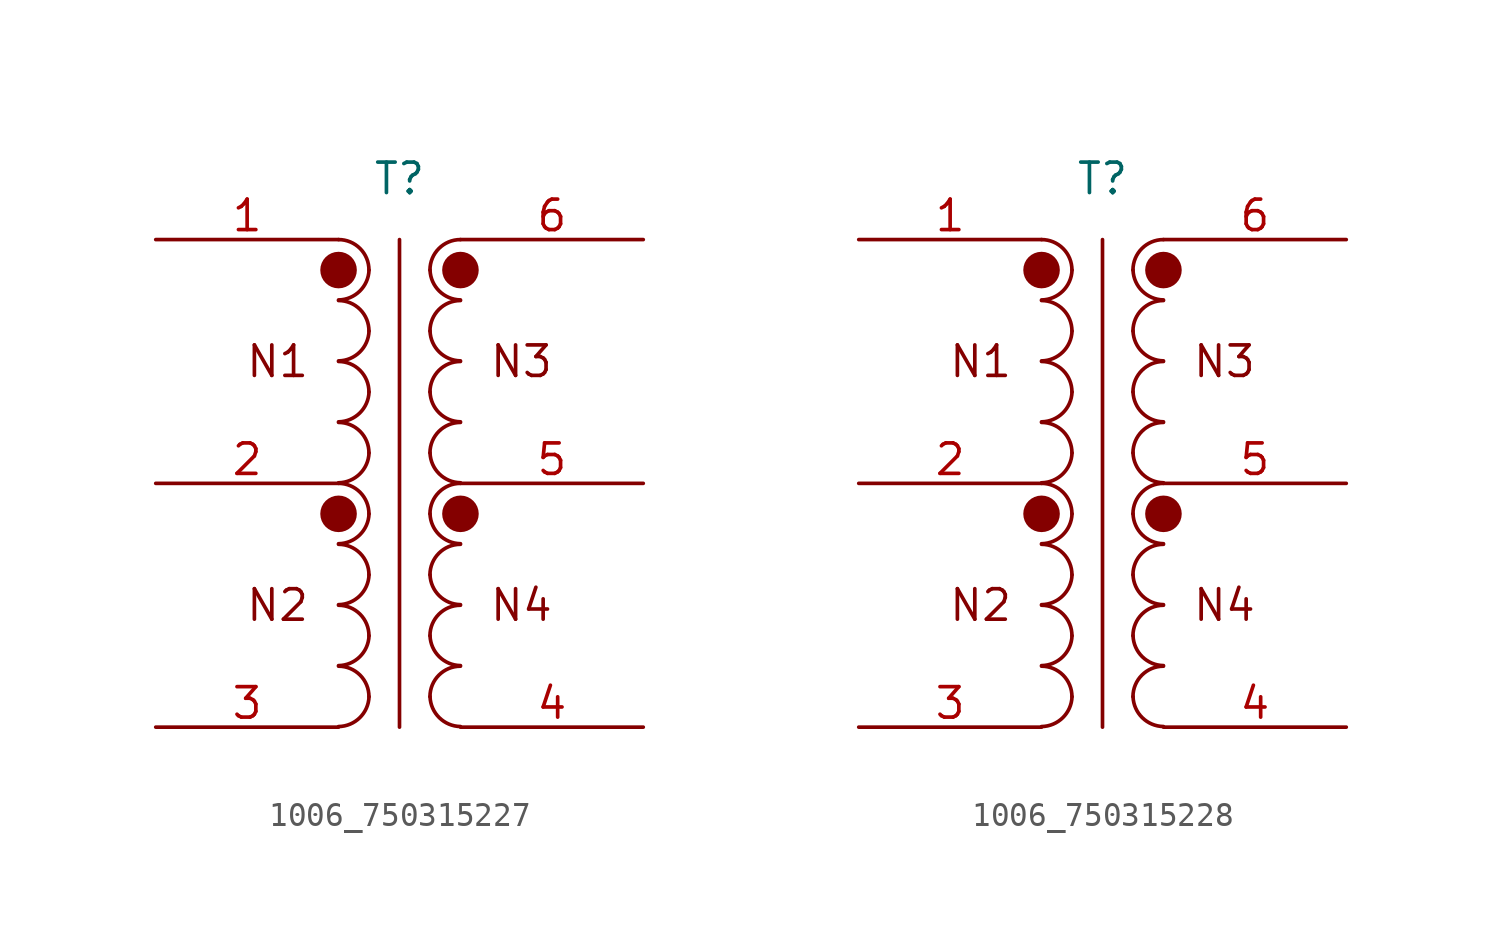
<source format=kicad_sym>
(kicad_symbol_lib
  (version 20220914)
  (generator kicad_symbol_editor)
  (symbol "1006_750315227"
    (pin_names hide)
    (property "Reference" "T"
      (at 0 12.7 0)
      (effects (font (size 1.27 1.27))))
    (property "Critical Parameter" ""
      (at 0 -5.08 0)
      (effects (font (size 1.27 1.27)) (justify left)))
    (symbol "1006_750315227_0_1"
      (arc (start -2.54 -10.1346) (mid -1.6561 -9.7663) (end -1.27 -8.89) (stroke (width 0) (type default)) (fill (type none)))
      (arc (start -2.54 -7.5946) (mid -1.6561 -7.2263) (end -1.27 -6.35) (stroke (width 0) (type default)) (fill (type none)))
      (arc (start -2.54 -5.0546) (mid -1.6561 -4.6863) (end -1.27 -3.81) (stroke (width 0) (type default)) (fill (type none)))
      (arc (start -2.54 -2.5146) (mid -1.6561 -2.1463) (end -1.27 -1.27) (stroke (width 0) (type default)) (fill (type none)))
      (arc (start -2.54 0.0254) (mid -1.6561 0.3937) (end -1.27 1.27) (stroke (width 0) (type default)) (fill (type none)))
      (arc (start -2.54 2.5654) (mid -1.6561 2.9337) (end -1.27 3.81) (stroke (width 0) (type default)) (fill (type none)))
      (arc (start -2.54 5.1054) (mid -1.6561 5.4737) (end -1.27 6.35) (stroke (width 0) (type default)) (fill (type none)))
      (arc (start -2.54 7.6454) (mid -1.6561 8.0137) (end -1.27 8.89) (stroke (width 0) (type default)) (fill (type none)))
      (arc (start -1.27 -8.89) (mid -1.642 -7.992) (end -2.54 -7.62) (stroke (width 0) (type default)) (fill (type none)))
      (arc (start -1.27 -6.35) (mid -1.642 -5.452) (end -2.54 -5.08) (stroke (width 0) (type default)) (fill (type none)))
      (arc (start -1.27 -3.81) (mid -1.642 -2.912) (end -2.54 -2.54) (stroke (width 0) (type default)) (fill (type none)))
      (arc (start -1.27 -1.27) (mid -1.642 -0.372) (end -2.54 0) (stroke (width 0) (type default)) (fill (type none)))
      (arc (start -1.27 1.27) (mid -1.642 2.168) (end -2.54 2.54) (stroke (width 0) (type default)) (fill (type none)))
      (arc (start -1.27 3.81) (mid -1.642 4.708) (end -2.54 5.08) (stroke (width 0) (type default)) (fill (type none)))
      (arc (start -1.27 6.35) (mid -1.642 7.248) (end -2.54 7.62) (stroke (width 0) (type default)) (fill (type none)))
      (arc (start -1.27 8.89) (mid -1.642 9.788) (end -2.54 10.16) (stroke (width 0) (type default)) (fill (type none)))
      (polyline (pts (xy 0 -10.16) (xy 0 10.16)) (stroke (width 0) (type default)) (fill (type none)))
      (arc (start 1.27 -8.89) (mid 1.6561 -9.7663) (end 2.54 -10.1346) (stroke (width 0) (type default)) (fill (type none)))
      (arc (start 1.27 -6.35) (mid 1.6561 -7.2263) (end 2.54 -7.5946) (stroke (width 0) (type default)) (fill (type none)))
      (arc (start 1.27 -3.81) (mid 1.6561 -4.6863) (end 2.54 -5.0546) (stroke (width 0) (type default)) (fill (type none)))
      (arc (start 1.27 -1.27) (mid 1.6561 -2.1463) (end 2.54 -2.5146) (stroke (width 0) (type default)) (fill (type none)))
      (arc (start 1.27 1.27) (mid 1.6561 0.3937) (end 2.54 0.0254) (stroke (width 0) (type default)) (fill (type none)))
      (arc (start 1.27 3.81) (mid 1.6561 2.9337) (end 2.54 2.5654) (stroke (width 0) (type default)) (fill (type none)))
      (arc (start 1.27 6.35) (mid 1.6561 5.4737) (end 2.54 5.1054) (stroke (width 0) (type default)) (fill (type none)))
      (arc (start 1.27 8.89) (mid 1.6561 8.0137) (end 2.54 7.6454) (stroke (width 0) (type default)) (fill (type none)))
      (arc (start 2.54 -7.62) (mid 1.642 -7.992) (end 1.27 -8.89) (stroke (width 0) (type default)) (fill (type none)))
      (arc (start 2.54 -5.08) (mid 1.642 -5.452) (end 1.27 -6.35) (stroke (width 0) (type default)) (fill (type none)))
      (arc (start 2.54 -2.54) (mid 1.642 -2.912) (end 1.27 -3.81) (stroke (width 0) (type default)) (fill (type none)))
      (arc (start 2.54 0) (mid 1.642 -0.372) (end 1.27 -1.27) (stroke (width 0) (type default)) (fill (type none)))
      (arc (start 2.54 2.54) (mid 1.642 2.168) (end 1.27 1.27) (stroke (width 0) (type default)) (fill (type none)))
      (arc (start 2.54 5.08) (mid 1.642 4.708) (end 1.27 3.81) (stroke (width 0) (type default)) (fill (type none)))
      (arc (start 2.54 7.62) (mid 1.642 7.248) (end 1.27 6.35) (stroke (width 0) (type default)) (fill (type none)))
      (arc (start 2.54 10.16) (mid 1.642 9.788) (end 1.27 8.89) (stroke (width 0) (type default)) (fill (type none))))
    (symbol "1006_750315227_1_1"
      (circle (center -2.54 -1.27) (radius 0.0001) (stroke (width 0.762) (type default)) (fill (type none)))
      (circle (center -2.54 8.89) (radius 0.0001) (stroke (width 0.762) (type default)) (fill (type none)))
      (circle (center 2.54 -1.27) (radius 0.0001) (stroke (width 0.762) (type default)) (fill (type none)))
      (circle (center 2.54 8.89) (radius 0.0001) (stroke (width 0.762) (type default)) (fill (type none)))
      (text "N1" (at -5.08 5.08 0) (effects (font (size 1.27 1.27))))
      (text "N2" (at -5.08 -5.08 0) (effects (font (size 1.27 1.27))))
      (text "N3" (at 5.08 5.08 0) (effects (font (size 1.27 1.27))))
      (text "N4" (at 5.08 -5.08 0) (effects (font (size 1.27 1.27))))
      (pin passive line (at -10.16 10.16 0) (length 7.62) (name "1" (effects (font (size 1.27 1.27)))) (number "1" (effects (font (size 1.27 1.27)))))
      (pin passive line (at -10.16 0 0) (length 7.62) (name "2" (effects (font (size 1.27 1.27)))) (number "2" (effects (font (size 1.27 1.27)))))
      (pin passive line (at -10.16 -10.16 0) (length 7.62) (name "3" (effects (font (size 1.27 1.27)))) (number "3" (effects (font (size 1.27 1.27)))))
      (pin passive line (at 10.16 -10.16 180) (length 7.62) (name "4" (effects (font (size 1.27 1.27)))) (number "4" (effects (font (size 1.27 1.27)))))
      (pin passive line (at 10.16 0 180) (length 7.62) (name "5" (effects (font (size 1.27 1.27)))) (number "5" (effects (font (size 1.27 1.27)))))
      (pin passive line (at 10.16 10.16 180) (length 7.62) (name "6" (effects (font (size 1.27 1.27)))) (number "6" (effects (font (size 1.27 1.27)))))))
  (symbol "1006_750315228"
    (pin_names hide)
    (property "Reference" "T"
      (at 0 12.7 0)
      (effects (font (size 1.27 1.27))))
    (property "Critical Parameter" ""
      (at 0 -5.08 0)
      (effects (font (size 1.27 1.27)) (justify left)))
    (symbol "1006_750315228_0_1"
      (arc (start -2.54 -10.1346) (mid -1.6561 -9.7663) (end -1.27 -8.89) (stroke (width 0) (type default)) (fill (type none)))
      (arc (start -2.54 -7.5946) (mid -1.6561 -7.2263) (end -1.27 -6.35) (stroke (width 0) (type default)) (fill (type none)))
      (arc (start -2.54 -5.0546) (mid -1.6561 -4.6863) (end -1.27 -3.81) (stroke (width 0) (type default)) (fill (type none)))
      (arc (start -2.54 -2.5146) (mid -1.6561 -2.1463) (end -1.27 -1.27) (stroke (width 0) (type default)) (fill (type none)))
      (arc (start -2.54 0.0254) (mid -1.6561 0.3937) (end -1.27 1.27) (stroke (width 0) (type default)) (fill (type none)))
      (arc (start -2.54 2.5654) (mid -1.6561 2.9337) (end -1.27 3.81) (stroke (width 0) (type default)) (fill (type none)))
      (arc (start -2.54 5.1054) (mid -1.6561 5.4737) (end -1.27 6.35) (stroke (width 0) (type default)) (fill (type none)))
      (arc (start -2.54 7.6454) (mid -1.6561 8.0137) (end -1.27 8.89) (stroke (width 0) (type default)) (fill (type none)))
      (arc (start -1.27 -8.89) (mid -1.642 -7.992) (end -2.54 -7.62) (stroke (width 0) (type default)) (fill (type none)))
      (arc (start -1.27 -6.35) (mid -1.642 -5.452) (end -2.54 -5.08) (stroke (width 0) (type default)) (fill (type none)))
      (arc (start -1.27 -3.81) (mid -1.642 -2.912) (end -2.54 -2.54) (stroke (width 0) (type default)) (fill (type none)))
      (arc (start -1.27 -1.27) (mid -1.642 -0.372) (end -2.54 0) (stroke (width 0) (type default)) (fill (type none)))
      (arc (start -1.27 1.27) (mid -1.642 2.168) (end -2.54 2.54) (stroke (width 0) (type default)) (fill (type none)))
      (arc (start -1.27 3.81) (mid -1.642 4.708) (end -2.54 5.08) (stroke (width 0) (type default)) (fill (type none)))
      (arc (start -1.27 6.35) (mid -1.642 7.248) (end -2.54 7.62) (stroke (width 0) (type default)) (fill (type none)))
      (arc (start -1.27 8.89) (mid -1.642 9.788) (end -2.54 10.16) (stroke (width 0) (type default)) (fill (type none)))
      (polyline (pts (xy 0 -10.16) (xy 0 10.16)) (stroke (width 0) (type default)) (fill (type none)))
      (arc (start 1.27 -8.89) (mid 1.6561 -9.7663) (end 2.54 -10.1346) (stroke (width 0) (type default)) (fill (type none)))
      (arc (start 1.27 -6.35) (mid 1.6561 -7.2263) (end 2.54 -7.5946) (stroke (width 0) (type default)) (fill (type none)))
      (arc (start 1.27 -3.81) (mid 1.6561 -4.6863) (end 2.54 -5.0546) (stroke (width 0) (type default)) (fill (type none)))
      (arc (start 1.27 -1.27) (mid 1.6561 -2.1463) (end 2.54 -2.5146) (stroke (width 0) (type default)) (fill (type none)))
      (arc (start 1.27 1.27) (mid 1.6561 0.3937) (end 2.54 0.0254) (stroke (width 0) (type default)) (fill (type none)))
      (arc (start 1.27 3.81) (mid 1.6561 2.9337) (end 2.54 2.5654) (stroke (width 0) (type default)) (fill (type none)))
      (arc (start 1.27 6.35) (mid 1.6561 5.4737) (end 2.54 5.1054) (stroke (width 0) (type default)) (fill (type none)))
      (arc (start 1.27 8.89) (mid 1.6561 8.0137) (end 2.54 7.6454) (stroke (width 0) (type default)) (fill (type none)))
      (arc (start 2.54 -7.62) (mid 1.642 -7.992) (end 1.27 -8.89) (stroke (width 0) (type default)) (fill (type none)))
      (arc (start 2.54 -5.08) (mid 1.642 -5.452) (end 1.27 -6.35) (stroke (width 0) (type default)) (fill (type none)))
      (arc (start 2.54 -2.54) (mid 1.642 -2.912) (end 1.27 -3.81) (stroke (width 0) (type default)) (fill (type none)))
      (arc (start 2.54 0) (mid 1.642 -0.372) (end 1.27 -1.27) (stroke (width 0) (type default)) (fill (type none)))
      (arc (start 2.54 2.54) (mid 1.642 2.168) (end 1.27 1.27) (stroke (width 0) (type default)) (fill (type none)))
      (arc (start 2.54 5.08) (mid 1.642 4.708) (end 1.27 3.81) (stroke (width 0) (type default)) (fill (type none)))
      (arc (start 2.54 7.62) (mid 1.642 7.248) (end 1.27 6.35) (stroke (width 0) (type default)) (fill (type none)))
      (arc (start 2.54 10.16) (mid 1.642 9.788) (end 1.27 8.89) (stroke (width 0) (type default)) (fill (type none))))
    (symbol "1006_750315228_1_1"
      (circle (center -2.54 -1.27) (radius 0.0001) (stroke (width 0.762) (type default)) (fill (type none)))
      (circle (center -2.54 8.89) (radius 0.0001) (stroke (width 0.762) (type default)) (fill (type none)))
      (circle (center 2.54 -1.27) (radius 0.0001) (stroke (width 0.762) (type default)) (fill (type none)))
      (circle (center 2.54 8.89) (radius 0.0001) (stroke (width 0.762) (type default)) (fill (type none)))
      (text "N1" (at -5.08 5.08 0) (effects (font (size 1.27 1.27))))
      (text "N2" (at -5.08 -5.08 0) (effects (font (size 1.27 1.27))))
      (text "N3" (at 5.08 5.08 0) (effects (font (size 1.27 1.27))))
      (text "N4" (at 5.08 -5.08 0) (effects (font (size 1.27 1.27))))
      (pin passive line (at -10.16 10.16 0) (length 7.62) (name "1" (effects (font (size 1.27 1.27)))) (number "1" (effects (font (size 1.27 1.27)))))
      (pin passive line (at -10.16 0 0) (length 7.62) (name "2" (effects (font (size 1.27 1.27)))) (number "2" (effects (font (size 1.27 1.27)))))
      (pin passive line (at -10.16 -10.16 0) (length 7.62) (name "3" (effects (font (size 1.27 1.27)))) (number "3" (effects (font (size 1.27 1.27)))))
      (pin passive line (at 10.16 -10.16 180) (length 7.62) (name "4" (effects (font (size 1.27 1.27)))) (number "4" (effects (font (size 1.27 1.27)))))
      (pin passive line (at 10.16 0 180) (length 7.62) (name "5" (effects (font (size 1.27 1.27)))) (number "5" (effects (font (size 1.27 1.27)))))
      (pin passive line (at 10.16 10.16 180) (length 7.62) (name "6" (effects (font (size 1.27 1.27)))) (number "6" (effects (font (size 1.27 1.27))))))))
</source>
